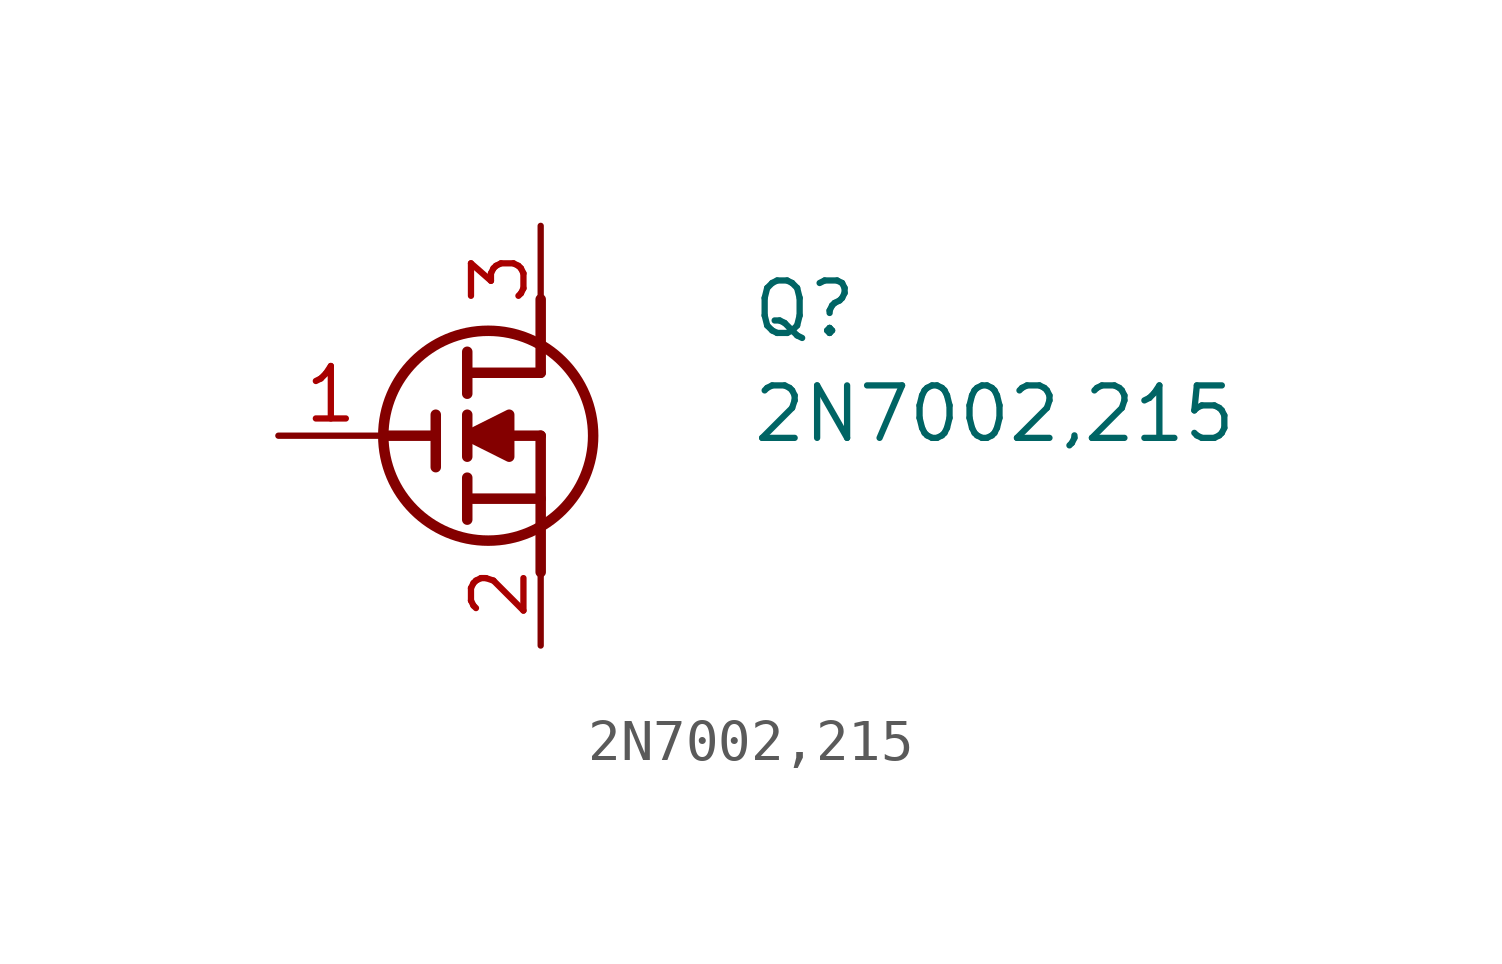
<source format=kicad_sym>
(kicad_symbol_lib
  (version 20241209)
  (generator "kicad_symbol_editor")
  (generator_version "9.0")
  (symbol "2N7002,215"
    (pin_names
      (hide yes))
    (property "Reference" "Q"
      (at 11.43 3.81 0)
      (effects (font (size 1.27 1.27)) (justify left top)))
    (property "Value" "2N7002,215"
      (at 11.43 1.27 0)
      (effects (font (size 1.27 1.27)) (justify left top)))
    (symbol "2N7002,215_1_1"
      (polyline (pts (xy 2.54 0) (xy 3.81 0)) (stroke (width 0.254) (type default)) (fill (type none)))
      (polyline (pts (xy 3.81 0.508) (xy 3.81 -0.762)) (stroke (width 0.254) (type default)) (fill (type none)))
      (polyline (pts (xy 4.572 2.032) (xy 4.572 1.016)) (stroke (width 0.254) (type default)) (fill (type none)))
      (polyline (pts (xy 4.572 0) (xy 5.588 0.508) (xy 5.588 -0.508) (xy 4.572 0)) (stroke (width 0.254) (type default)) (fill (type outline)))
      (polyline (pts (xy 4.572 -0.508) (xy 4.572 0.508)) (stroke (width 0.254) (type default)) (fill (type none)))
      (polyline (pts (xy 4.572 -2.032) (xy 4.572 -1.016)) (stroke (width 0.254) (type default)) (fill (type none)))
      (polyline (pts (xy 4.699 -1.524) (xy 6.35 -1.524)) (stroke (width 0.254) (type default)) (fill (type none)))
      (circle (center 5.08 0) (radius 2.54) (stroke (width 0.254) (type default)) (fill (type none)))
      (polyline (pts (xy 6.35 1.524) (xy 4.572 1.524)) (stroke (width 0.254) (type default)) (fill (type none)))
      (polyline (pts (xy 6.35 1.524) (xy 6.35 3.302)) (stroke (width 0.254) (type default)) (fill (type none)))
      (polyline (pts (xy 6.35 0) (xy 4.572 0)) (stroke (width 0.254) (type default)) (fill (type none)))
      (polyline (pts (xy 6.35 0) (xy 6.35 -3.302)) (stroke (width 0.254) (type default)) (fill (type none)))
      (pin passive line (at 0 0 0) (length 2.54) (name "G" (effects (font (size 1.27 1.27)))) (number "1" (effects (font (size 1.27 1.27)))))
      (pin passive line (at 6.35 5.08 270) (length 2.54) (name "D" (effects (font (size 1.27 1.27)))) (number "3" (effects (font (size 1.27 1.27)))))
      (pin passive line (at 6.35 -5.08 90) (length 2.54) (name "S" (effects (font (size 1.27 1.27)))) (number "2" (effects (font (size 1.27 1.27))))))))
</source>
